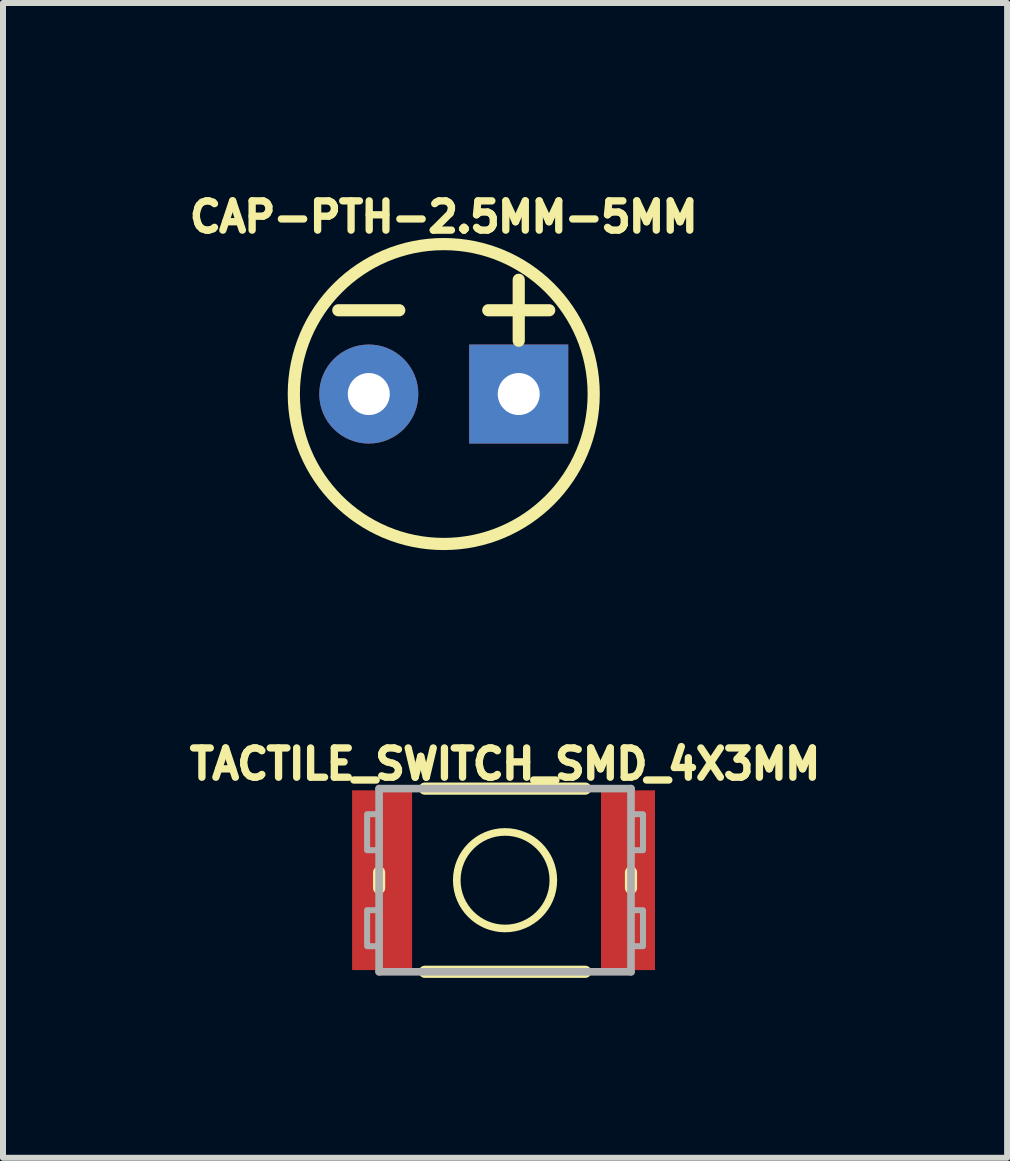
<source format=kicad_pcb>
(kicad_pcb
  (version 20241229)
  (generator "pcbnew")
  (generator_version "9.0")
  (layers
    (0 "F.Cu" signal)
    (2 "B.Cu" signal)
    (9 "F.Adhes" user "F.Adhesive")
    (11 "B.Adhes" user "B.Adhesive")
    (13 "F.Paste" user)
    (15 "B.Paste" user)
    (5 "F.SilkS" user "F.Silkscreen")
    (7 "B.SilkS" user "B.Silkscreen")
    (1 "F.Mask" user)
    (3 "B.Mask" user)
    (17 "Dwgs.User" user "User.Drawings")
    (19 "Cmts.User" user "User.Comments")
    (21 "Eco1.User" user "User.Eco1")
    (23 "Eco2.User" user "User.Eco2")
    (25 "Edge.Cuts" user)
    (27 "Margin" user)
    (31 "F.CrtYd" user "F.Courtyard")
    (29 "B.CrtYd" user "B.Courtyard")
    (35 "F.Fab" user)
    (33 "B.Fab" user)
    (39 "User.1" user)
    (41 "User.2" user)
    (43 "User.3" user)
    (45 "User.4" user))
  (footprint "CAP-PTH-2.5MM-5MM"
    (layer "F.Cu")
    (at 4.349 3.52)
    (property "Reference" "CAP-PTH-2.5MM-5MM" (at 0 -2.667 0) (unlocked yes) (layer "F.SilkS") (effects (font (size 0.488 0.488) (thickness 0.122)) (justify bottom)))
    (fp_line (start -0.742 -1.397) (end -1.758 -1.397) (stroke (width 0.203) (type solid)) (layer "F.SilkS"))
    (fp_line (start 1.25 -1.905) (end 1.25 -0.889) (stroke (width 0.203) (type solid)) (layer "F.SilkS"))
    (fp_line (start 1.758 -1.397) (end 0.742 -1.397) (stroke (width 0.203) (type solid)) (layer "F.SilkS"))
    (fp_circle (center 0 0) (end 2.5 0) (stroke (width 0.203) (type solid)) (fill no) (layer "F.SilkS"))
    (pad "1" thru_hole rect (at 1.25 0) (size 1.651 1.651) (drill 0.7) (layers "*.Cu" "*.Mask"))
    (pad "2" thru_hole circle (at -1.25 0) (size 1.651 1.651) (drill 0.7) (layers "*.Cu" "*.Mask")))
  (footprint "TACTILE_SWITCH_SMD_4X3MM"
    (layer "F.Cu")
    (at 5.371 11.626)
    (property "Reference" "TACTILE_SWITCH_SMD_4X3MM" (at 0 -1.651 0) (unlocked yes) (layer "F.SilkS") (effects (font (size 0.488 0.488) (thickness 0.122)) (justify bottom)))
    (fp_line (start -2.1 -0.13) (end -2.1 0.13) (stroke (width 0.203) (type solid)) (layer "F.SilkS"))
    (fp_line (start -1.338 -1.527) (end 1.338 -1.527) (stroke (width 0.203) (type solid)) (layer "F.SilkS"))
    (fp_line (start 1.338 1.527) (end -1.338 1.527) (stroke (width 0.203) (type solid)) (layer "F.SilkS"))
    (fp_line (start 2.1 0.13) (end 2.1 -0.13) (stroke (width 0.203) (type solid)) (layer "F.SilkS"))
    (fp_circle (center 0 0) (end 0.805 0) (stroke (width 0.127) (type solid)) (fill no) (layer "F.SilkS"))
    (fp_line (start -2.1 -1.527) (end -2.1 1.527) (stroke (width 0.127) (type solid)) (layer "F.Fab"))
    (fp_line (start -2.1 -1.527) (end 2.1 -1.527) (stroke (width 0.127) (type solid)) (layer "F.Fab"))
    (fp_line (start -2.1 1.527) (end 2.1 1.527) (stroke (width 0.127) (type solid)) (layer "F.Fab"))
    (fp_line (start 2.1 1.527) (end 2.1 -1.527) (stroke (width 0.127) (type solid)) (layer "F.Fab"))
    (fp_poly (pts (xy -2.3 -0.5) (xy -2.1 -0.5) (xy -2.1 -1.1) (xy -2.3 -1.1)) (stroke (width 0.1) (type default)) (fill no) (layer "F.Fab"))
    (fp_poly (pts (xy -2.3 1.1) (xy -2.1 1.1) (xy -2.1 0.5) (xy -2.3 0.5)) (stroke (width 0.1) (type default)) (fill no) (layer "F.Fab"))
    (fp_poly (pts (xy 2.3 -1.1) (xy 2.1 -1.1) (xy 2.1 -0.5) (xy 2.3 -0.5)) (stroke (width 0.1) (type default)) (fill no) (layer "F.Fab"))
    (fp_poly (pts (xy 2.3 0.5) (xy 2.1 0.5) (xy 2.1 1.1) (xy 2.3 1.1)) (stroke (width 0.1) (type default)) (fill no) (layer "F.Fab"))
    (pad "1" smd rect (at -2.05 0 90) (size 2.997 1) (layers "F.Cu" "F.Mask" "F.Paste"))
    (pad "2" smd rect (at 2.05 0) (size 0.9 2.997) (layers "F.Cu" "F.Mask" "F.Paste")))
  (gr_rect
    (start -3 -3)
    (end 13.742 16.255)
    (stroke (width 0.1) (type default))
    (fill no)
    (layer "Edge.Cuts")))
</source>
